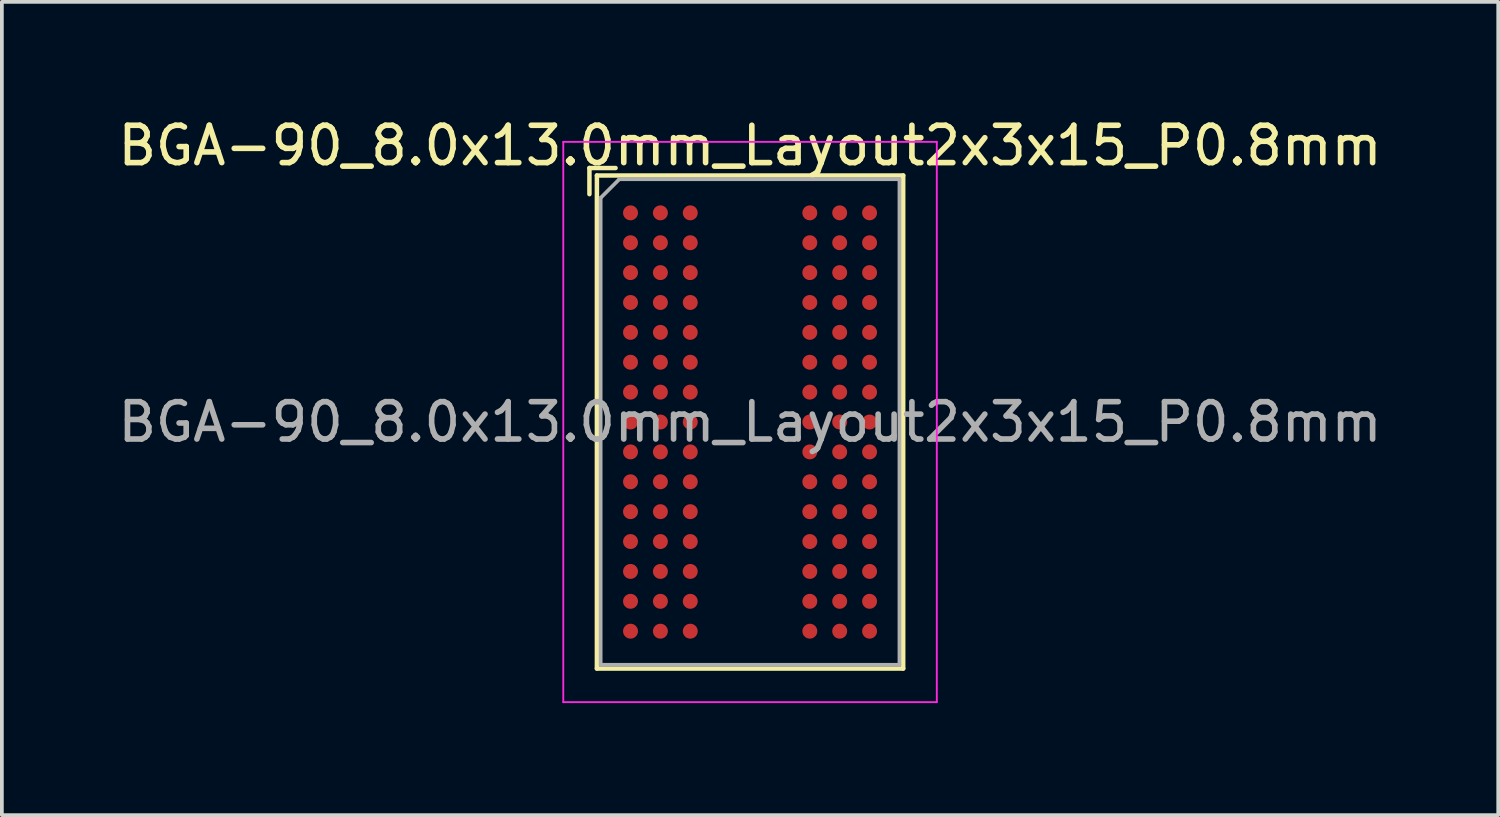
<source format=kicad_pcb>
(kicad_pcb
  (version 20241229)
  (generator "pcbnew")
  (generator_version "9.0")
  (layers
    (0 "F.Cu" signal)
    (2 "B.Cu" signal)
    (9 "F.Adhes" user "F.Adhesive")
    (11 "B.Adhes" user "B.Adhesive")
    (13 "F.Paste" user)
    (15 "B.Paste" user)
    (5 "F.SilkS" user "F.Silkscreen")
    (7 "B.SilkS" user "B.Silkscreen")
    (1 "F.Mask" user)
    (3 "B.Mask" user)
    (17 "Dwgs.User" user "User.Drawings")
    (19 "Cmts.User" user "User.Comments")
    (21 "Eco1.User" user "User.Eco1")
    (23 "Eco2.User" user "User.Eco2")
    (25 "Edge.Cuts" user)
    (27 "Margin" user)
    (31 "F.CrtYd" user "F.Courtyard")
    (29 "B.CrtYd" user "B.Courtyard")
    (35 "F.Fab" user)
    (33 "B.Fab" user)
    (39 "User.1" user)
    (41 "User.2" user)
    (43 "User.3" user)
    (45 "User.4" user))
  (footprint "BGA-90_8.0x13.0mm_Layout2x3x15_P0.8mm"
    (layer "F.Cu")
    (at 17.03 8.248)
    (property "Reference" "BGA-90_8.0x13.0mm_Layout2x3x15_P0.8mm" (at 0 -7.4 0) (layer "F.SilkS") (effects (font (size 1 1) (thickness 0.15))))
    (attr smd)
    (fp_line (start -4.3 -6.8) (end -3.6 -6.8) (stroke (width 0.12) (type solid)) (layer "F.SilkS"))
    (fp_line (start -4.3 -6.1) (end -4.3 -6.8) (stroke (width 0.12) (type solid)) (layer "F.SilkS"))
    (fp_line (start -4.1 -6.6) (end -4.1 6.6) (stroke (width 0.12) (type solid)) (layer "F.SilkS"))
    (fp_line (start -4.1 6.6) (end 4.1 6.6) (stroke (width 0.12) (type solid)) (layer "F.SilkS"))
    (fp_line (start 4.1 -6.6) (end -4.1 -6.6) (stroke (width 0.12) (type solid)) (layer "F.SilkS"))
    (fp_line (start 4.1 6.6) (end 4.1 -6.6) (stroke (width 0.12) (type solid)) (layer "F.SilkS"))
    (fp_line (start -5 -7.5) (end -5 7.5) (stroke (width 0.05) (type solid)) (layer "F.CrtYd"))
    (fp_line (start -5 -7.5) (end 5 -7.5) (stroke (width 0.05) (type solid)) (layer "F.CrtYd"))
    (fp_line (start 5 7.5) (end -5 7.5) (stroke (width 0.05) (type solid)) (layer "F.CrtYd"))
    (fp_line (start 5 7.5) (end 5 -7.5) (stroke (width 0.05) (type solid)) (layer "F.CrtYd"))
    (fp_line (start -4 -6) (end -4 6.5) (stroke (width 0.1) (type solid)) (layer "F.Fab"))
    (fp_line (start -4 6.5) (end 4 6.5) (stroke (width 0.1) (type solid)) (layer "F.Fab"))
    (fp_line (start -3.5 -6.5) (end -4 -6) (stroke (width 0.1) (type solid)) (layer "F.Fab"))
    (fp_line (start 4 -6.5) (end -3.5 -6.5) (stroke (width 0.1) (type solid)) (layer "F.Fab"))
    (fp_line (start 4 6.5) (end 4 -6.5) (stroke (width 0.1) (type solid)) (layer "F.Fab"))
    (fp_text user "${REFERENCE}" (at 0 0 0) (layer "F.Fab") (effects (font (size 1 1) (thickness 0.15))))
    (pad "A1" smd circle (at -3.2 -5.6) (size 0.4 0.4) (layers "F.Cu" "F.Mask"))
    (pad "A2" smd circle (at -2.4 -5.6) (size 0.4 0.4) (layers "F.Cu" "F.Mask"))
    (pad "A3" smd circle (at -1.6 -5.6) (size 0.4 0.4) (layers "F.Cu" "F.Mask"))
    (pad "A7" smd circle (at 1.6 -5.6) (size 0.4 0.4) (layers "F.Cu" "F.Mask"))
    (pad "A8" smd circle (at 2.4 -5.6) (size 0.4 0.4) (layers "F.Cu" "F.Mask"))
    (pad "A9" smd circle (at 3.2 -5.6) (size 0.4 0.4) (layers "F.Cu" "F.Mask"))
    (pad "B1" smd circle (at -3.2 -4.8) (size 0.4 0.4) (layers "F.Cu" "F.Mask"))
    (pad "B2" smd circle (at -2.4 -4.8) (size 0.4 0.4) (layers "F.Cu" "F.Mask"))
    (pad "B3" smd circle (at -1.6 -4.8) (size 0.4 0.4) (layers "F.Cu" "F.Mask"))
    (pad "B7" smd circle (at 1.6 -4.8) (size 0.4 0.4) (layers "F.Cu" "F.Mask"))
    (pad "B8" smd circle (at 2.4 -4.8) (size 0.4 0.4) (layers "F.Cu" "F.Mask"))
    (pad "B9" smd circle (at 3.2 -4.8) (size 0.4 0.4) (layers "F.Cu" "F.Mask"))
    (pad "C1" smd circle (at -3.2 -4) (size 0.4 0.4) (layers "F.Cu" "F.Mask"))
    (pad "C2" smd circle (at -2.4 -4) (size 0.4 0.4) (layers "F.Cu" "F.Mask"))
    (pad "C3" smd circle (at -1.6 -4) (size 0.4 0.4) (layers "F.Cu" "F.Mask"))
    (pad "C7" smd circle (at 1.6 -4) (size 0.4 0.4) (layers "F.Cu" "F.Mask"))
    (pad "C8" smd circle (at 2.4 -4) (size 0.4 0.4) (layers "F.Cu" "F.Mask"))
    (pad "C9" smd circle (at 3.2 -4) (size 0.4 0.4) (layers "F.Cu" "F.Mask"))
    (pad "D1" smd circle (at -3.2 -3.2) (size 0.4 0.4) (layers "F.Cu" "F.Mask"))
    (pad "D2" smd circle (at -2.4 -3.2) (size 0.4 0.4) (layers "F.Cu" "F.Mask"))
    (pad "D3" smd circle (at -1.6 -3.2) (size 0.4 0.4) (layers "F.Cu" "F.Mask"))
    (pad "D7" smd circle (at 1.6 -3.2) (size 0.4 0.4) (layers "F.Cu" "F.Mask"))
    (pad "D8" smd circle (at 2.4 -3.2) (size 0.4 0.4) (layers "F.Cu" "F.Mask"))
    (pad "D9" smd circle (at 3.2 -3.2) (size 0.4 0.4) (layers "F.Cu" "F.Mask"))
    (pad "E1" smd circle (at -3.2 -2.4) (size 0.4 0.4) (layers "F.Cu" "F.Mask"))
    (pad "E2" smd circle (at -2.4 -2.4) (size 0.4 0.4) (layers "F.Cu" "F.Mask"))
    (pad "E3" smd circle (at -1.6 -2.4) (size 0.4 0.4) (layers "F.Cu" "F.Mask"))
    (pad "E7" smd circle (at 1.6 -2.4) (size 0.4 0.4) (layers "F.Cu" "F.Mask"))
    (pad "E8" smd circle (at 2.4 -2.4) (size 0.4 0.4) (layers "F.Cu" "F.Mask"))
    (pad "E9" smd circle (at 3.2 -2.4) (size 0.4 0.4) (layers "F.Cu" "F.Mask"))
    (pad "F1" smd circle (at -3.2 -1.6) (size 0.4 0.4) (layers "F.Cu" "F.Mask"))
    (pad "F2" smd circle (at -2.4 -1.6) (size 0.4 0.4) (layers "F.Cu" "F.Mask"))
    (pad "F3" smd circle (at -1.6 -1.6) (size 0.4 0.4) (layers "F.Cu" "F.Mask"))
    (pad "F7" smd circle (at 1.6 -1.6) (size 0.4 0.4) (layers "F.Cu" "F.Mask"))
    (pad "F8" smd circle (at 2.4 -1.6) (size 0.4 0.4) (layers "F.Cu" "F.Mask"))
    (pad "F9" smd circle (at 3.2 -1.6) (size 0.4 0.4) (layers "F.Cu" "F.Mask"))
    (pad "G1" smd circle (at -3.2 -0.8) (size 0.4 0.4) (layers "F.Cu" "F.Mask"))
    (pad "G2" smd circle (at -2.4 -0.8) (size 0.4 0.4) (layers "F.Cu" "F.Mask"))
    (pad "G3" smd circle (at -1.6 -0.8) (size 0.4 0.4) (layers "F.Cu" "F.Mask"))
    (pad "G7" smd circle (at 1.6 -0.8) (size 0.4 0.4) (layers "F.Cu" "F.Mask"))
    (pad "G8" smd circle (at 2.4 -0.8) (size 0.4 0.4) (layers "F.Cu" "F.Mask"))
    (pad "G9" smd circle (at 3.2 -0.8) (size 0.4 0.4) (layers "F.Cu" "F.Mask"))
    (pad "H1" smd circle (at -3.2 0) (size 0.4 0.4) (layers "F.Cu" "F.Mask"))
    (pad "H2" smd circle (at -2.4 0) (size 0.4 0.4) (layers "F.Cu" "F.Mask"))
    (pad "H3" smd circle (at -1.6 0) (size 0.4 0.4) (layers "F.Cu" "F.Mask"))
    (pad "H7" smd circle (at 1.6 0) (size 0.4 0.4) (layers "F.Cu" "F.Mask"))
    (pad "H8" smd circle (at 2.4 0) (size 0.4 0.4) (layers "F.Cu" "F.Mask"))
    (pad "H9" smd circle (at 3.2 0) (size 0.4 0.4) (layers "F.Cu" "F.Mask"))
    (pad "J1" smd circle (at -3.2 0.8) (size 0.4 0.4) (layers "F.Cu" "F.Mask"))
    (pad "J2" smd circle (at -2.4 0.8) (size 0.4 0.4) (layers "F.Cu" "F.Mask"))
    (pad "J3" smd circle (at -1.6 0.8) (size 0.4 0.4) (layers "F.Cu" "F.Mask"))
    (pad "J7" smd circle (at 1.6 0.8) (size 0.4 0.4) (layers "F.Cu" "F.Mask"))
    (pad "J8" smd circle (at 2.4 0.8) (size 0.4 0.4) (layers "F.Cu" "F.Mask"))
    (pad "J9" smd circle (at 3.2 0.8) (size 0.4 0.4) (layers "F.Cu" "F.Mask"))
    (pad "K1" smd circle (at -3.2 1.6) (size 0.4 0.4) (layers "F.Cu" "F.Mask"))
    (pad "K2" smd circle (at -2.4 1.6) (size 0.4 0.4) (layers "F.Cu" "F.Mask"))
    (pad "K3" smd circle (at -1.6 1.6) (size 0.4 0.4) (layers "F.Cu" "F.Mask"))
    (pad "K7" smd circle (at 1.6 1.6) (size 0.4 0.4) (layers "F.Cu" "F.Mask"))
    (pad "K8" smd circle (at 2.4 1.6) (size 0.4 0.4) (layers "F.Cu" "F.Mask"))
    (pad "K9" smd circle (at 3.2 1.6) (size 0.4 0.4) (layers "F.Cu" "F.Mask"))
    (pad "L1" smd circle (at -3.2 2.4) (size 0.4 0.4) (layers "F.Cu" "F.Mask"))
    (pad "L2" smd circle (at -2.4 2.4) (size 0.4 0.4) (layers "F.Cu" "F.Mask"))
    (pad "L3" smd circle (at -1.6 2.4) (size 0.4 0.4) (layers "F.Cu" "F.Mask"))
    (pad "L7" smd circle (at 1.6 2.4) (size 0.4 0.4) (layers "F.Cu" "F.Mask"))
    (pad "L8" smd circle (at 2.4 2.4) (size 0.4 0.4) (layers "F.Cu" "F.Mask"))
    (pad "L9" smd circle (at 3.2 2.4) (size 0.4 0.4) (layers "F.Cu" "F.Mask"))
    (pad "M1" smd circle (at -3.2 3.2) (size 0.4 0.4) (layers "F.Cu" "F.Mask"))
    (pad "M2" smd circle (at -2.4 3.2) (size 0.4 0.4) (layers "F.Cu" "F.Mask"))
    (pad "M3" smd circle (at -1.6 3.2) (size 0.4 0.4) (layers "F.Cu" "F.Mask"))
    (pad "M7" smd circle (at 1.6 3.2) (size 0.4 0.4) (layers "F.Cu" "F.Mask"))
    (pad "M8" smd circle (at 2.4 3.2) (size 0.4 0.4) (layers "F.Cu" "F.Mask"))
    (pad "M9" smd circle (at 3.2 3.2) (size 0.4 0.4) (layers "F.Cu" "F.Mask"))
    (pad "N1" smd circle (at -3.2 4) (size 0.4 0.4) (layers "F.Cu" "F.Mask"))
    (pad "N2" smd circle (at -2.4 4) (size 0.4 0.4) (layers "F.Cu" "F.Mask"))
    (pad "N3" smd circle (at -1.6 4) (size 0.4 0.4) (layers "F.Cu" "F.Mask"))
    (pad "N7" smd circle (at 1.6 4) (size 0.4 0.4) (layers "F.Cu" "F.Mask"))
    (pad "N8" smd circle (at 2.4 4) (size 0.4 0.4) (layers "F.Cu" "F.Mask"))
    (pad "N9" smd circle (at 3.2 4) (size 0.4 0.4) (layers "F.Cu" "F.Mask"))
    (pad "P1" smd circle (at -3.2 4.8) (size 0.4 0.4) (layers "F.Cu" "F.Mask"))
    (pad "P2" smd circle (at -2.4 4.8) (size 0.4 0.4) (layers "F.Cu" "F.Mask"))
    (pad "P3" smd circle (at -1.6 4.8) (size 0.4 0.4) (layers "F.Cu" "F.Mask"))
    (pad "P7" smd circle (at 1.6 4.8) (size 0.4 0.4) (layers "F.Cu" "F.Mask"))
    (pad "P8" smd circle (at 2.4 4.8) (size 0.4 0.4) (layers "F.Cu" "F.Mask"))
    (pad "P9" smd circle (at 3.2 4.8) (size 0.4 0.4) (layers "F.Cu" "F.Mask"))
    (pad "R1" smd circle (at -3.2 5.6) (size 0.4 0.4) (layers "F.Cu" "F.Mask"))
    (pad "R2" smd circle (at -2.4 5.6) (size 0.4 0.4) (layers "F.Cu" "F.Mask"))
    (pad "R3" smd circle (at -1.6 5.6) (size 0.4 0.4) (layers "F.Cu" "F.Mask"))
    (pad "R7" smd circle (at 1.6 5.6) (size 0.4 0.4) (layers "F.Cu" "F.Mask"))
    (pad "R8" smd circle (at 2.4 5.6) (size 0.4 0.4) (layers "F.Cu" "F.Mask"))
    (pad "R9" smd circle (at 3.2 5.6) (size 0.4 0.4) (layers "F.Cu" "F.Mask")))
  (gr_rect
    (start -3 -3)
    (end 37.06 18.773)
    (stroke (width 0.1) (type default))
    (fill no)
    (layer "Edge.Cuts")))
</source>
